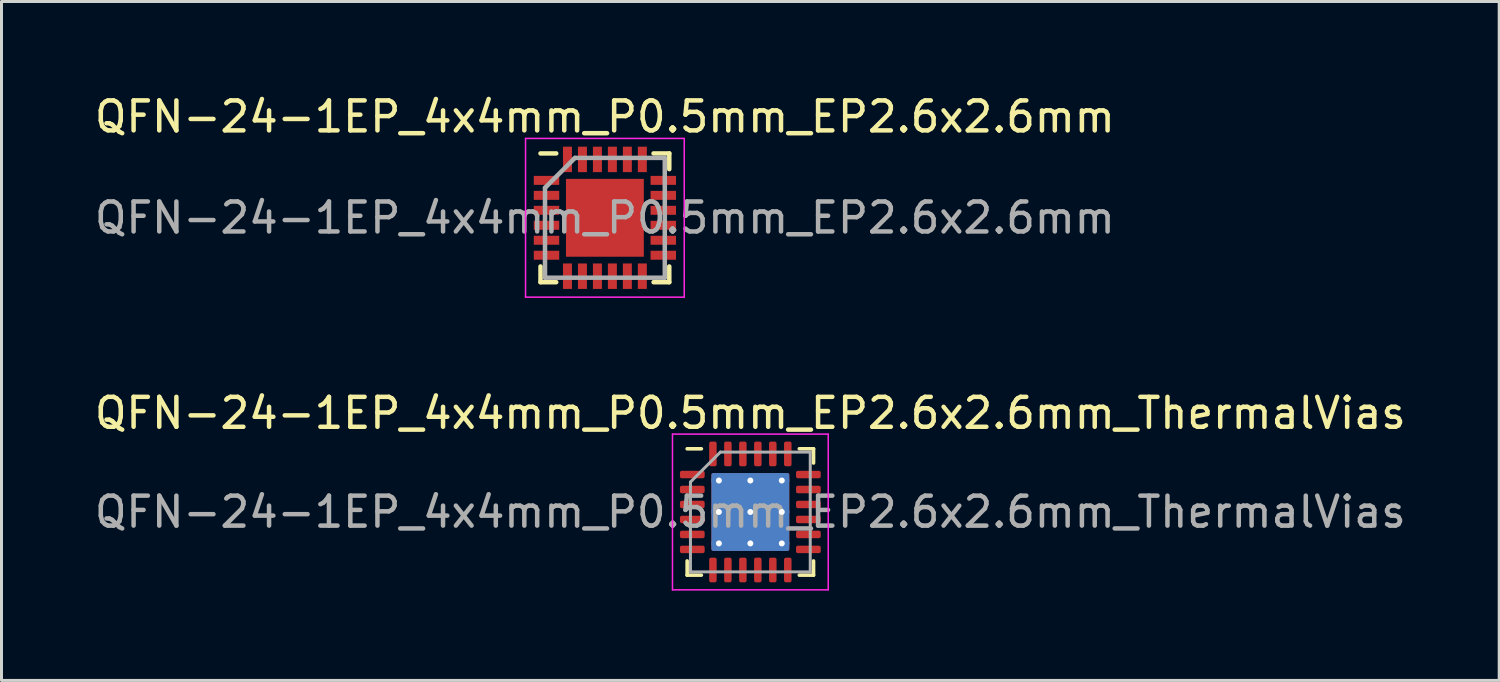
<source format=kicad_pcb>
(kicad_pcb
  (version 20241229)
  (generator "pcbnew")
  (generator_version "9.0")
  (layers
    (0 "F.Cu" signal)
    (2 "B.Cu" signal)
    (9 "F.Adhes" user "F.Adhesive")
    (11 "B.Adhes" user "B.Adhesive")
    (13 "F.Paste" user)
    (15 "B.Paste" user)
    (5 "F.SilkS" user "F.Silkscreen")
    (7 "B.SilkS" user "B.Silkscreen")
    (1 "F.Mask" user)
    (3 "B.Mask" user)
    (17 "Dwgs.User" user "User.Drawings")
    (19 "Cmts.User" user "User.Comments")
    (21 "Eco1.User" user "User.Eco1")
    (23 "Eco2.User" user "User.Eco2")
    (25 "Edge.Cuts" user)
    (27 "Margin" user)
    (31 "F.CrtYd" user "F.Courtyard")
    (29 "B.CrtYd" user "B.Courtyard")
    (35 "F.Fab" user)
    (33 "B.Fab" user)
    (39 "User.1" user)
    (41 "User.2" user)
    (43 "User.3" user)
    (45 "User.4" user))
  (footprint "QFN-24-1EP_4x4mm_P0.5mm_EP2.6x2.6mm"
    (layer "F.Cu")
    (at 17.149 4.223)
    (property "Reference" "QFN-24-1EP_4x4mm_P0.5mm_EP2.6x2.6mm" (at 0 -3.375 0) (layer "F.SilkS") (effects (font (size 1 1) (thickness 0.15))))
    (attr smd)
    (fp_line (start -2.15 -2.15) (end -1.625 -2.15) (stroke (width 0.15) (type solid)) (layer "F.SilkS"))
    (fp_line (start -2.15 2.15) (end -2.15 1.625) (stroke (width 0.15) (type solid)) (layer "F.SilkS"))
    (fp_line (start -2.15 2.15) (end -1.625 2.15) (stroke (width 0.15) (type solid)) (layer "F.SilkS"))
    (fp_line (start 2.15 -2.15) (end 1.625 -2.15) (stroke (width 0.15) (type solid)) (layer "F.SilkS"))
    (fp_line (start 2.15 -2.15) (end 2.15 -1.625) (stroke (width 0.15) (type solid)) (layer "F.SilkS"))
    (fp_line (start 2.15 2.15) (end 1.625 2.15) (stroke (width 0.15) (type solid)) (layer "F.SilkS"))
    (fp_line (start 2.15 2.15) (end 2.15 1.625) (stroke (width 0.15) (type solid)) (layer "F.SilkS"))
    (fp_line (start -2.65 -2.65) (end -2.65 2.65) (stroke (width 0.05) (type solid)) (layer "F.CrtYd"))
    (fp_line (start -2.65 -2.65) (end 2.65 -2.65) (stroke (width 0.05) (type solid)) (layer "F.CrtYd"))
    (fp_line (start -2.65 2.65) (end 2.65 2.65) (stroke (width 0.05) (type solid)) (layer "F.CrtYd"))
    (fp_line (start 2.65 -2.65) (end 2.65 2.65) (stroke (width 0.05) (type solid)) (layer "F.CrtYd"))
    (fp_line (start -2 -1) (end -1 -2) (stroke (width 0.15) (type solid)) (layer "F.Fab"))
    (fp_line (start -2 2) (end -2 -1) (stroke (width 0.15) (type solid)) (layer "F.Fab"))
    (fp_line (start -1 -2) (end 2 -2) (stroke (width 0.15) (type solid)) (layer "F.Fab"))
    (fp_line (start 2 -2) (end 2 2) (stroke (width 0.15) (type solid)) (layer "F.Fab"))
    (fp_line (start 2 2) (end -2 2) (stroke (width 0.15) (type solid)) (layer "F.Fab"))
    (fp_text user "${REFERENCE}" (at 0 0 0) (layer "F.Fab") (effects (font (size 1 1) (thickness 0.15))))
    (pad "" smd rect (at -0.65 -0.65) (size 1.05 1.05) (layers "F.Paste"))
    (pad "" smd rect (at -0.65 0.65) (size 1.05 1.05) (layers "F.Paste"))
    (pad "" smd rect (at 0.65 -0.65) (size 1.05 1.05) (layers "F.Paste"))
    (pad "" smd rect (at 0.65 0.65) (size 1.05 1.05) (layers "F.Paste"))
    (pad "1" smd rect (at -1.95 -1.25) (size 0.85 0.3) (layers "F.Cu" "F.Mask" "F.Paste"))
    (pad "2" smd rect (at -1.95 -0.75) (size 0.85 0.3) (layers "F.Cu" "F.Mask" "F.Paste"))
    (pad "3" smd rect (at -1.95 -0.25) (size 0.85 0.3) (layers "F.Cu" "F.Mask" "F.Paste"))
    (pad "4" smd rect (at -1.95 0.25) (size 0.85 0.3) (layers "F.Cu" "F.Mask" "F.Paste"))
    (pad "5" smd rect (at -1.95 0.75) (size 0.85 0.3) (layers "F.Cu" "F.Mask" "F.Paste"))
    (pad "6" smd rect (at -1.95 1.25) (size 0.85 0.3) (layers "F.Cu" "F.Mask" "F.Paste"))
    (pad "7" smd rect (at -1.25 1.95 90) (size 0.85 0.3) (layers "F.Cu" "F.Mask" "F.Paste"))
    (pad "8" smd rect (at -0.75 1.95 90) (size 0.85 0.3) (layers "F.Cu" "F.Mask" "F.Paste"))
    (pad "9" smd rect (at -0.25 1.95 90) (size 0.85 0.3) (layers "F.Cu" "F.Mask" "F.Paste"))
    (pad "10" smd rect (at 0.25 1.95 90) (size 0.85 0.3) (layers "F.Cu" "F.Mask" "F.Paste"))
    (pad "11" smd rect (at 0.75 1.95 90) (size 0.85 0.3) (layers "F.Cu" "F.Mask" "F.Paste"))
    (pad "12" smd rect (at 1.25 1.95 90) (size 0.85 0.3) (layers "F.Cu" "F.Mask" "F.Paste"))
    (pad "13" smd rect (at 1.95 1.25) (size 0.85 0.3) (layers "F.Cu" "F.Mask" "F.Paste"))
    (pad "14" smd rect (at 1.95 0.75) (size 0.85 0.3) (layers "F.Cu" "F.Mask" "F.Paste"))
    (pad "15" smd rect (at 1.95 0.25) (size 0.85 0.3) (layers "F.Cu" "F.Mask" "F.Paste"))
    (pad "16" smd rect (at 1.95 -0.25) (size 0.85 0.3) (layers "F.Cu" "F.Mask" "F.Paste"))
    (pad "17" smd rect (at 1.95 -0.75) (size 0.85 0.3) (layers "F.Cu" "F.Mask" "F.Paste"))
    (pad "18" smd rect (at 1.95 -1.25) (size 0.85 0.3) (layers "F.Cu" "F.Mask" "F.Paste"))
    (pad "19" smd rect (at 1.25 -1.95 90) (size 0.85 0.3) (layers "F.Cu" "F.Mask" "F.Paste"))
    (pad "20" smd rect (at 0.75 -1.95 90) (size 0.85 0.3) (layers "F.Cu" "F.Mask" "F.Paste"))
    (pad "21" smd rect (at 0.25 -1.95 90) (size 0.85 0.3) (layers "F.Cu" "F.Mask" "F.Paste"))
    (pad "22" smd rect (at -0.25 -1.95 90) (size 0.85 0.3) (layers "F.Cu" "F.Mask" "F.Paste"))
    (pad "23" smd rect (at -0.75 -1.95 90) (size 0.85 0.3) (layers "F.Cu" "F.Mask" "F.Paste"))
    (pad "24" smd rect (at -1.25 -1.95 90) (size 0.85 0.3) (layers "F.Cu" "F.Mask" "F.Paste"))
    (pad "25" smd rect (at 0 0) (size 2.6 2.6) (layers "F.Cu" "F.Mask")))
  (footprint "QFN-24-1EP_4x4mm_P0.5mm_EP2.6x2.6mm_ThermalVias"
    (layer "F.Cu")
    (at 22.006 14.046)
    (property "Reference" "QFN-24-1EP_4x4mm_P0.5mm_EP2.6x2.6mm_ThermalVias" (at 0 -3.3 0) (layer "F.SilkS") (effects (font (size 1 1) (thickness 0.15))))
    (attr smd)
    (fp_line (start -2.11 2.11) (end -2.11 1.635) (stroke (width 0.12) (type solid)) (layer "F.SilkS"))
    (fp_line (start -1.635 -2.11) (end -2.11 -2.11) (stroke (width 0.12) (type solid)) (layer "F.SilkS"))
    (fp_line (start -1.635 2.11) (end -2.11 2.11) (stroke (width 0.12) (type solid)) (layer "F.SilkS"))
    (fp_line (start 1.635 -2.11) (end 2.11 -2.11) (stroke (width 0.12) (type solid)) (layer "F.SilkS"))
    (fp_line (start 1.635 2.11) (end 2.11 2.11) (stroke (width 0.12) (type solid)) (layer "F.SilkS"))
    (fp_line (start 2.11 -2.11) (end 2.11 -1.635) (stroke (width 0.12) (type solid)) (layer "F.SilkS"))
    (fp_line (start 2.11 2.11) (end 2.11 1.635) (stroke (width 0.12) (type solid)) (layer "F.SilkS"))
    (fp_line (start -2.6 -2.6) (end -2.6 2.6) (stroke (width 0.05) (type solid)) (layer "F.CrtYd"))
    (fp_line (start -2.6 2.6) (end 2.6 2.6) (stroke (width 0.05) (type solid)) (layer "F.CrtYd"))
    (fp_line (start 2.6 -2.6) (end -2.6 -2.6) (stroke (width 0.05) (type solid)) (layer "F.CrtYd"))
    (fp_line (start 2.6 2.6) (end 2.6 -2.6) (stroke (width 0.05) (type solid)) (layer "F.CrtYd"))
    (fp_line (start -2 -1) (end -1 -2) (stroke (width 0.1) (type solid)) (layer "F.Fab"))
    (fp_line (start -2 2) (end -2 -1) (stroke (width 0.1) (type solid)) (layer "F.Fab"))
    (fp_line (start -1 -2) (end 2 -2) (stroke (width 0.1) (type solid)) (layer "F.Fab"))
    (fp_line (start 2 -2) (end 2 2) (stroke (width 0.1) (type solid)) (layer "F.Fab"))
    (fp_line (start 2 2) (end -2 2) (stroke (width 0.1) (type solid)) (layer "F.Fab"))
    (fp_text user "${REFERENCE}" (at 0 0 0) (layer "F.Fab") (effects (font (size 1 1) (thickness 0.15))))
    (pad "" smd roundrect (at -0.65 -0.65) (size 1.13 1.13) (layers "F.Paste") (roundrect_rratio 0.221))
    (pad "" smd roundrect (at -0.65 0.65) (size 1.13 1.13) (layers "F.Paste") (roundrect_rratio 0.221))
    (pad "" smd roundrect (at 0.65 -0.65) (size 1.13 1.13) (layers "F.Paste") (roundrect_rratio 0.221))
    (pad "" smd roundrect (at 0.65 0.65) (size 1.13 1.13) (layers "F.Paste") (roundrect_rratio 0.221))
    (pad "1" smd roundrect (at -1.938 -1.25) (size 0.825 0.25) (layers "F.Cu" "F.Mask" "F.Paste") (roundrect_rratio 0.25))
    (pad "2" smd roundrect (at -1.938 -0.75) (size 0.825 0.25) (layers "F.Cu" "F.Mask" "F.Paste") (roundrect_rratio 0.25))
    (pad "3" smd roundrect (at -1.938 -0.25) (size 0.825 0.25) (layers "F.Cu" "F.Mask" "F.Paste") (roundrect_rratio 0.25))
    (pad "4" smd roundrect (at -1.938 0.25) (size 0.825 0.25) (layers "F.Cu" "F.Mask" "F.Paste") (roundrect_rratio 0.25))
    (pad "5" smd roundrect (at -1.938 0.75) (size 0.825 0.25) (layers "F.Cu" "F.Mask" "F.Paste") (roundrect_rratio 0.25))
    (pad "6" smd roundrect (at -1.938 1.25) (size 0.825 0.25) (layers "F.Cu" "F.Mask" "F.Paste") (roundrect_rratio 0.25))
    (pad "7" smd roundrect (at -1.25 1.938) (size 0.25 0.825) (layers "F.Cu" "F.Mask" "F.Paste") (roundrect_rratio 0.25))
    (pad "8" smd roundrect (at -0.75 1.938) (size 0.25 0.825) (layers "F.Cu" "F.Mask" "F.Paste") (roundrect_rratio 0.25))
    (pad "9" smd roundrect (at -0.25 1.938) (size 0.25 0.825) (layers "F.Cu" "F.Mask" "F.Paste") (roundrect_rratio 0.25))
    (pad "10" smd roundrect (at 0.25 1.938) (size 0.25 0.825) (layers "F.Cu" "F.Mask" "F.Paste") (roundrect_rratio 0.25))
    (pad "11" smd roundrect (at 0.75 1.938) (size 0.25 0.825) (layers "F.Cu" "F.Mask" "F.Paste") (roundrect_rratio 0.25))
    (pad "12" smd roundrect (at 1.25 1.938) (size 0.25 0.825) (layers "F.Cu" "F.Mask" "F.Paste") (roundrect_rratio 0.25))
    (pad "13" smd roundrect (at 1.938 1.25) (size 0.825 0.25) (layers "F.Cu" "F.Mask" "F.Paste") (roundrect_rratio 0.25))
    (pad "14" smd roundrect (at 1.938 0.75) (size 0.825 0.25) (layers "F.Cu" "F.Mask" "F.Paste") (roundrect_rratio 0.25))
    (pad "15" smd roundrect (at 1.938 0.25) (size 0.825 0.25) (layers "F.Cu" "F.Mask" "F.Paste") (roundrect_rratio 0.25))
    (pad "16" smd roundrect (at 1.938 -0.25) (size 0.825 0.25) (layers "F.Cu" "F.Mask" "F.Paste") (roundrect_rratio 0.25))
    (pad "17" smd roundrect (at 1.938 -0.75) (size 0.825 0.25) (layers "F.Cu" "F.Mask" "F.Paste") (roundrect_rratio 0.25))
    (pad "18" smd roundrect (at 1.938 -1.25) (size 0.825 0.25) (layers "F.Cu" "F.Mask" "F.Paste") (roundrect_rratio 0.25))
    (pad "19" smd roundrect (at 1.25 -1.938) (size 0.25 0.825) (layers "F.Cu" "F.Mask" "F.Paste") (roundrect_rratio 0.25))
    (pad "20" smd roundrect (at 0.75 -1.938) (size 0.25 0.825) (layers "F.Cu" "F.Mask" "F.Paste") (roundrect_rratio 0.25))
    (pad "21" smd roundrect (at 0.25 -1.938) (size 0.25 0.825) (layers "F.Cu" "F.Mask" "F.Paste") (roundrect_rratio 0.25))
    (pad "22" smd roundrect (at -0.25 -1.938) (size 0.25 0.825) (layers "F.Cu" "F.Mask" "F.Paste") (roundrect_rratio 0.25))
    (pad "23" smd roundrect (at -0.75 -1.938) (size 0.25 0.825) (layers "F.Cu" "F.Mask" "F.Paste") (roundrect_rratio 0.25))
    (pad "24" smd roundrect (at -1.25 -1.938) (size 0.25 0.825) (layers "F.Cu" "F.Mask" "F.Paste") (roundrect_rratio 0.25))
    (pad "25" thru_hole circle (at -1.05 -1.05) (size 0.5 0.5) (drill 0.2) (layers "*.Cu"))
    (pad "25" thru_hole circle (at -1.05 0) (size 0.5 0.5) (drill 0.2) (layers "*.Cu"))
    (pad "25" thru_hole circle (at -1.05 1.05) (size 0.5 0.5) (drill 0.2) (layers "*.Cu"))
    (pad "25" thru_hole circle (at 0 -1.05) (size 0.5 0.5) (drill 0.2) (layers "*.Cu"))
    (pad "25" thru_hole circle (at 0 0) (size 0.5 0.5) (drill 0.2) (layers "*.Cu"))
    (pad "25" smd roundrect (at 0 0) (size 2.6 2.6) (layers "F.Cu" "F.Mask") (roundrect_rratio 0.024))
    (pad "25" smd roundrect (at 0 0) (size 2.6 2.6) (layers "B.Cu") (roundrect_rratio 0.024))
    (pad "25" thru_hole circle (at 0 1.05) (size 0.5 0.5) (drill 0.2) (layers "*.Cu"))
    (pad "25" thru_hole circle (at 1.05 -1.05) (size 0.5 0.5) (drill 0.2) (layers "*.Cu"))
    (pad "25" thru_hole circle (at 1.05 0) (size 0.5 0.5) (drill 0.2) (layers "*.Cu"))
    (pad "25" thru_hole circle (at 1.05 1.05) (size 0.5 0.5) (drill 0.2) (layers "*.Cu")))
  (gr_rect
    (start -3 -3)
    (end 47.012 19.672)
    (stroke (width 0.1) (type default))
    (fill no)
    (layer "Edge.Cuts")))
</source>
